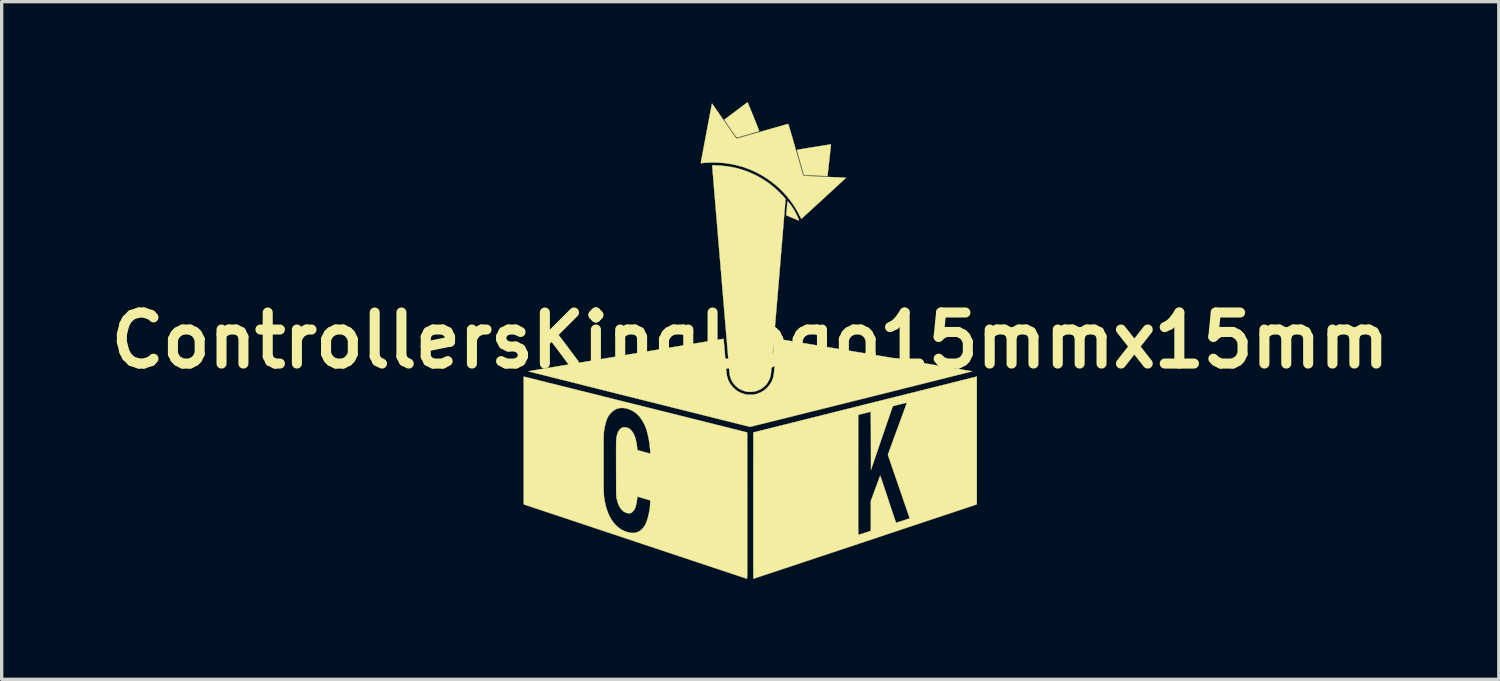
<source format=kicad_pcb>
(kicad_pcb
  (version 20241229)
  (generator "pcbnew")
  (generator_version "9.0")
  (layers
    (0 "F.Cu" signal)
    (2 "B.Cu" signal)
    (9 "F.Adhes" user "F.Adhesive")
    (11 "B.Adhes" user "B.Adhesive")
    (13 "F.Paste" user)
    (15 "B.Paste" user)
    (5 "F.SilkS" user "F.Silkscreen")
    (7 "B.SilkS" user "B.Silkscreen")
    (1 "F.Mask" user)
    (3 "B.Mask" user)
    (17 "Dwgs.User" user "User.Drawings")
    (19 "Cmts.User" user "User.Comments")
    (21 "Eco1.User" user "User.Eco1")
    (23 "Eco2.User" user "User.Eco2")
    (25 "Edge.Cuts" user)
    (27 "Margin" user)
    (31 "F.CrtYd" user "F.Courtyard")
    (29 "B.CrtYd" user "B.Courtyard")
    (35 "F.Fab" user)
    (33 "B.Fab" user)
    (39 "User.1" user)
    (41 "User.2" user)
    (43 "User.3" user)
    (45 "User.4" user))
  (footprint "ControllersKingLogo15mmx15mm"
    (layer "F.Cu")
    (at 19.348 7.114)
    (property "Reference" "ControllersKingLogo15mmx15mm" (at 0 0 0) (layer "F.SilkS") (effects (font (size 1.524 1.524) (thickness 0.3))))
    (attr through_hole)
    (fp_poly (pts (xy 1.115 -4.151) (xy 1.126 -4.142) (xy 1.141 -4.126) (xy 1.16 -4.105) (xy 1.18 -4.082) (xy 1.2 -4.057) (xy 1.208 -4.047) (xy 1.266 -3.963) (xy 1.322 -3.87) (xy 1.375 -3.771) (xy 1.422 -3.67) (xy 1.428 -3.654) (xy 1.441 -3.624) (xy 1.449 -3.603) (xy 1.453 -3.59) (xy 1.453 -3.584) (xy 1.451 -3.582) (xy 1.449 -3.582) (xy 1.443 -3.584) (xy 1.425 -3.591) (xy 1.4 -3.601) (xy 1.366 -3.615) (xy 1.327 -3.631) (xy 1.284 -3.649) (xy 1.26 -3.659) (xy 1.215 -3.678) (xy 1.174 -3.695) (xy 1.138 -3.71) (xy 1.109 -3.722) (xy 1.088 -3.731) (xy 1.077 -3.736) (xy 1.075 -3.737) (xy 1.076 -3.743) (xy 1.077 -3.76) (xy 1.079 -3.786) (xy 1.082 -3.819) (xy 1.085 -3.858) (xy 1.089 -3.9) (xy 1.092 -3.944) (xy 1.096 -3.988) (xy 1.1 -4.031) (xy 1.103 -4.069) (xy 1.106 -4.103) (xy 1.108 -4.129) (xy 1.11 -4.146) (xy 1.111 -4.153) (xy 1.115 -4.151)) (stroke (width 0.01) (type solid)) (fill yes) (layer "F.SilkS"))
    (fp_poly (pts (xy -0.078 -7.103) (xy -0.07 -7.087) (xy -0.059 -7.061) (xy -0.045 -7.026) (xy -0.027 -6.985) (xy -0.007 -6.937) (xy 0.014 -6.884) (xy 0.038 -6.828) (xy 0.062 -6.768) (xy 0.087 -6.707) (xy 0.112 -6.646) (xy 0.136 -6.585) (xy 0.16 -6.526) (xy 0.183 -6.469) (xy 0.203 -6.417) (xy 0.222 -6.37) (xy 0.238 -6.329) (xy 0.251 -6.296) (xy 0.26 -6.271) (xy 0.266 -6.256) (xy 0.267 -6.252) (xy 0.261 -6.249) (xy 0.244 -6.243) (xy 0.218 -6.235) (xy 0.183 -6.224) (xy 0.142 -6.212) (xy 0.095 -6.198) (xy 0.044 -6.183) (xy -0.009 -6.167) (xy -0.064 -6.151) (xy -0.12 -6.135) (xy -0.173 -6.12) (xy -0.225 -6.105) (xy -0.272 -6.092) (xy -0.314 -6.08) (xy -0.349 -6.071) (xy -0.376 -6.063) (xy -0.394 -6.059) (xy -0.4 -6.058) (xy -0.406 -6.063) (xy -0.418 -6.078) (xy -0.435 -6.1) (xy -0.457 -6.13) (xy -0.482 -6.165) (xy -0.509 -6.204) (xy -0.53 -6.234) (xy -0.563 -6.281) (xy -0.596 -6.33) (xy -0.628 -6.377) (xy -0.659 -6.421) (xy -0.685 -6.46) (xy -0.707 -6.491) (xy -0.712 -6.5) (xy -0.774 -6.59) (xy -0.431 -6.849) (xy -0.373 -6.893) (xy -0.318 -6.935) (xy -0.266 -6.973) (xy -0.219 -7.008) (xy -0.178 -7.039) (xy -0.143 -7.065) (xy -0.115 -7.086) (xy -0.094 -7.1) (xy -0.083 -7.108) (xy -0.081 -7.109) (xy -0.078 -7.103)) (stroke (width 0.01) (type solid)) (fill yes) (layer "F.SilkS"))
    (fp_poly (pts (xy 2.409 -5.847) (xy 2.407 -5.829) (xy 2.404 -5.801) (xy 2.4 -5.764) (xy 2.395 -5.72) (xy 2.39 -5.668) (xy 2.383 -5.611) (xy 2.377 -5.55) (xy 2.37 -5.486) (xy 2.362 -5.419) (xy 2.355 -5.353) (xy 2.348 -5.286) (xy 2.341 -5.222) (xy 2.334 -5.16) (xy 2.327 -5.102) (xy 2.322 -5.05) (xy 2.316 -5.004) (xy 2.312 -4.966) (xy 2.309 -4.937) (xy 2.307 -4.918) (xy 2.305 -4.91) (xy 2.305 -4.91) (xy 2.305 -4.91) (xy 2.304 -4.909) (xy 2.302 -4.909) (xy 2.296 -4.909) (xy 2.287 -4.909) (xy 2.273 -4.91) (xy 2.254 -4.911) (xy 2.228 -4.912) (xy 2.194 -4.913) (xy 2.152 -4.915) (xy 2.1 -4.918) (xy 2.038 -4.921) (xy 1.964 -4.924) (xy 1.949 -4.925) (xy 1.887 -4.928) (xy 1.829 -4.93) (xy 1.775 -4.933) (xy 1.727 -4.935) (xy 1.686 -4.937) (xy 1.654 -4.938) (xy 1.633 -4.939) (xy 1.622 -4.94) (xy 1.622 -4.94) (xy 1.602 -4.94) (xy 1.496 -5.312) (xy 1.477 -5.379) (xy 1.459 -5.441) (xy 1.443 -5.499) (xy 1.429 -5.552) (xy 1.417 -5.597) (xy 1.407 -5.634) (xy 1.4 -5.663) (xy 1.396 -5.682) (xy 1.395 -5.689) (xy 1.395 -5.689) (xy 1.402 -5.691) (xy 1.42 -5.694) (xy 1.448 -5.699) (xy 1.486 -5.706) (xy 1.531 -5.713) (xy 1.583 -5.722) (xy 1.641 -5.732) (xy 1.703 -5.742) (xy 1.769 -5.753) (xy 1.837 -5.764) (xy 1.906 -5.775) (xy 1.975 -5.786) (xy 2.042 -5.797) (xy 2.108 -5.807) (xy 2.17 -5.817) (xy 2.227 -5.826) (xy 2.278 -5.834) (xy 2.323 -5.841) (xy 2.359 -5.847) (xy 2.387 -5.851) (xy 2.404 -5.853) (xy 2.409 -5.854) (xy 2.409 -5.847)) (stroke (width 0.01) (type solid)) (fill yes) (layer "F.SilkS"))
    (fp_poly (pts (xy -1.039 -5.228) (xy -0.991 -5.226) (xy -0.932 -5.223) (xy -0.879 -5.219) (xy -0.696 -5.2) (xy -0.515 -5.169) (xy -0.336 -5.126) (xy -0.161 -5.071) (xy 0.011 -5.004) (xy 0.177 -4.926) (xy 0.338 -4.837) (xy 0.492 -4.738) (xy 0.597 -4.662) (xy 0.671 -4.603) (xy 0.747 -4.537) (xy 0.823 -4.468) (xy 0.895 -4.398) (xy 0.961 -4.33) (xy 1.001 -4.285) (xy 1.054 -4.224) (xy 0.839 -1.631) (xy 0.824 -1.45) (xy 0.809 -1.272) (xy 0.794 -1.097) (xy 0.78 -0.926) (xy 0.766 -0.76) (xy 0.752 -0.598) (xy 0.739 -0.441) (xy 0.726 -0.29) (xy 0.714 -0.145) (xy 0.702 -0.006) (xy 0.691 0.126) (xy 0.681 0.25) (xy 0.671 0.367) (xy 0.661 0.476) (xy 0.653 0.576) (xy 0.645 0.667) (xy 0.638 0.749) (xy 0.632 0.821) (xy 0.626 0.882) (xy 0.622 0.933) (xy 0.618 0.973) (xy 0.615 1.001) (xy 0.614 1.017) (xy 0.613 1.02) (xy 0.593 1.106) (xy 0.56 1.186) (xy 0.517 1.262) (xy 0.462 1.331) (xy 0.451 1.342) (xy 0.385 1.403) (xy 0.313 1.452) (xy 0.236 1.49) (xy 0.16 1.516) (xy 0.107 1.526) (xy 0.049 1.533) (xy -0.011 1.535) (xy -0.068 1.533) (xy -0.11 1.527) (xy -0.196 1.504) (xy -0.279 1.47) (xy -0.356 1.426) (xy -0.366 1.419) (xy -0.4 1.391) (xy -0.438 1.355) (xy -0.475 1.315) (xy -0.508 1.273) (xy -0.535 1.235) (xy -0.536 1.233) (xy -0.561 1.185) (xy -0.584 1.13) (xy -0.602 1.074) (xy -0.614 1.02) (xy -0.616 1.01) (xy -0.617 1.001) (xy -0.619 0.981) (xy -0.621 0.948) (xy -0.625 0.905) (xy -0.63 0.85) (xy -0.635 0.786) (xy -0.642 0.711) (xy -0.649 0.628) (xy -0.657 0.535) (xy -0.665 0.434) (xy -0.674 0.325) (xy -0.684 0.209) (xy -0.694 0.085) (xy -0.705 -0.045) (xy -0.717 -0.181) (xy -0.729 -0.323) (xy -0.741 -0.469) (xy -0.754 -0.621) (xy -0.767 -0.777) (xy -0.78 -0.936) (xy -0.794 -1.099) (xy -0.808 -1.264) (xy -0.822 -1.432) (xy -0.836 -1.601) (xy -0.85 -1.772) (xy -0.864 -1.944) (xy -0.879 -2.116) (xy -0.893 -2.289) (xy -0.908 -2.46) (xy -0.922 -2.631) (xy -0.936 -2.801) (xy -0.95 -2.968) (xy -0.964 -3.133) (xy -0.977 -3.296) (xy -0.991 -3.455) (xy -1.003 -3.61) (xy -1.016 -3.761) (xy -1.028 -3.907) (xy -1.04 -4.048) (xy -1.051 -4.183) (xy -1.062 -4.313) (xy -1.072 -4.435) (xy -1.082 -4.551) (xy -1.091 -4.659) (xy -1.099 -4.759) (xy -1.106 -4.851) (xy -1.113 -4.933) (xy -1.119 -5.007) (xy -1.124 -5.07) (xy -1.129 -5.123) (xy -1.132 -5.165) (xy -1.135 -5.196) (xy -1.136 -5.216) (xy -1.137 -5.223) (xy -1.133 -5.226) (xy -1.123 -5.228) (xy -1.104 -5.23) (xy -1.076 -5.23) (xy -1.039 -5.228)) (stroke (width 0.01) (type solid)) (fill yes) (layer "F.SilkS"))
    (fp_poly (pts (xy -1.139 -7.069) (xy -1.128 -7.054) (xy -1.111 -7.03) (xy -1.088 -6.998) (xy -1.06 -6.958) (xy -1.028 -6.911) (xy -0.991 -6.858) (xy -0.95 -6.799) (xy -0.906 -6.735) (xy -0.859 -6.667) (xy -0.81 -6.596) (xy -0.778 -6.55) (xy -0.728 -6.477) (xy -0.679 -6.407) (xy -0.633 -6.341) (xy -0.59 -6.279) (xy -0.551 -6.222) (xy -0.515 -6.171) (xy -0.484 -6.126) (xy -0.458 -6.089) (xy -0.437 -6.06) (xy -0.422 -6.039) (xy -0.413 -6.028) (xy -0.411 -6.026) (xy -0.404 -6.028) (xy -0.386 -6.033) (xy -0.357 -6.041) (xy -0.318 -6.052) (xy -0.27 -6.066) (xy -0.213 -6.082) (xy -0.149 -6.1) (xy -0.077 -6.12) (xy 0.000374 -6.143) (xy 0.084 -6.166) (xy 0.172 -6.192) (xy 0.264 -6.218) (xy 0.359 -6.245) (xy 0.455 -6.273) (xy 0.547 -6.299) (xy 0.636 -6.324) (xy 0.719 -6.348) (xy 0.797 -6.37) (xy 0.869 -6.391) (xy 0.933 -6.409) (xy 0.99 -6.425) (xy 1.038 -6.439) (xy 1.078 -6.45) (xy 1.107 -6.458) (xy 1.125 -6.463) (xy 1.132 -6.464) (xy 1.135 -6.458) (xy 1.141 -6.44) (xy 1.151 -6.41) (xy 1.164 -6.368) (xy 1.18 -6.315) (xy 1.199 -6.25) (xy 1.221 -6.174) (xy 1.247 -6.087) (xy 1.275 -5.989) (xy 1.306 -5.88) (xy 1.34 -5.76) (xy 1.359 -5.696) (xy 1.386 -5.6) (xy 1.413 -5.507) (xy 1.438 -5.418) (xy 1.462 -5.335) (xy 1.484 -5.257) (xy 1.505 -5.185) (xy 1.524 -5.12) (xy 1.54 -5.063) (xy 1.554 -5.014) (xy 1.566 -4.975) (xy 1.574 -4.946) (xy 1.58 -4.927) (xy 1.582 -4.92) (xy 1.582 -4.92) (xy 1.589 -4.919) (xy 1.608 -4.917) (xy 1.64 -4.915) (xy 1.684 -4.912) (xy 1.739 -4.909) (xy 1.805 -4.905) (xy 1.883 -4.902) (xy 1.972 -4.897) (xy 2.071 -4.893) (xy 2.181 -4.888) (xy 2.219 -4.886) (xy 2.307 -4.883) (xy 2.392 -4.879) (xy 2.473 -4.875) (xy 2.548 -4.872) (xy 2.617 -4.869) (xy 2.679 -4.866) (xy 2.733 -4.863) (xy 2.778 -4.861) (xy 2.814 -4.859) (xy 2.839 -4.857) (xy 2.853 -4.856) (xy 2.855 -4.856) (xy 2.851 -4.851) (xy 2.838 -4.839) (xy 2.817 -4.819) (xy 2.788 -4.792) (xy 2.753 -4.759) (xy 2.712 -4.721) (xy 2.664 -4.677) (xy 2.613 -4.629) (xy 2.556 -4.577) (xy 2.497 -4.522) (xy 2.434 -4.464) (xy 2.369 -4.404) (xy 2.302 -4.343) (xy 2.234 -4.28) (xy 2.166 -4.217) (xy 2.098 -4.155) (xy 2.03 -4.093) (xy 1.965 -4.033) (xy 1.901 -3.975) (xy 1.841 -3.919) (xy 1.783 -3.867) (xy 1.73 -3.818) (xy 1.681 -3.774) (xy 1.638 -3.734) (xy 1.601 -3.7) (xy 1.57 -3.673) (xy 1.547 -3.652) (xy 1.531 -3.638) (xy 1.524 -3.632) (xy 1.524 -3.632) (xy 1.52 -3.638) (xy 1.512 -3.653) (xy 1.5 -3.675) (xy 1.486 -3.704) (xy 1.473 -3.729) (xy 1.384 -3.894) (xy 1.285 -4.052) (xy 1.176 -4.203) (xy 1.058 -4.347) (xy 0.93 -4.482) (xy 0.794 -4.609) (xy 0.65 -4.726) (xy 0.499 -4.834) (xy 0.34 -4.933) (xy 0.175 -5.021) (xy 0.004 -5.098) (xy -0.173 -5.165) (xy -0.203 -5.175) (xy -0.382 -5.226) (xy -0.564 -5.266) (xy -0.749 -5.294) (xy -0.939 -5.31) (xy -1.133 -5.314) (xy -1.187 -5.313) (xy -1.235 -5.311) (xy -1.283 -5.309) (xy -1.328 -5.307) (xy -1.368 -5.304) (xy -1.399 -5.301) (xy -1.407 -5.3) (xy -1.435 -5.296) (xy -1.457 -5.293) (xy -1.472 -5.292) (xy -1.477 -5.292) (xy -1.476 -5.298) (xy -1.473 -5.316) (xy -1.468 -5.345) (xy -1.461 -5.384) (xy -1.452 -5.431) (xy -1.442 -5.487) (xy -1.43 -5.55) (xy -1.417 -5.62) (xy -1.403 -5.696) (xy -1.388 -5.776) (xy -1.373 -5.86) (xy -1.356 -5.947) (xy -1.34 -6.037) (xy -1.323 -6.127) (xy -1.305 -6.219) (xy -1.288 -6.31) (xy -1.271 -6.399) (xy -1.255 -6.487) (xy -1.239 -6.572) (xy -1.224 -6.653) (xy -1.209 -6.73) (xy -1.196 -6.801) (xy -1.183 -6.865) (xy -1.172 -6.923) (xy -1.163 -6.972) (xy -1.155 -7.013) (xy -1.149 -7.044) (xy -1.145 -7.065) (xy -1.143 -7.074) (xy -1.143 -7.074) (xy -1.139 -7.069)) (stroke (width 0.01) (type solid)) (fill yes) (layer "F.SilkS"))
    (fp_poly (pts (xy 0.804 -0.049) (xy 0.822 -0.047) (xy 0.852 -0.042) (xy 0.893 -0.035) (xy 0.945 -0.027) (xy 1.007 -0.017) (xy 1.079 -0.005) (xy 1.159 0.008) (xy 1.249 0.023) (xy 1.346 0.039) (xy 1.452 0.057) (xy 1.565 0.075) (xy 1.684 0.095) (xy 1.81 0.116) (xy 1.942 0.138) (xy 2.079 0.161) (xy 2.222 0.184) (xy 2.368 0.209) (xy 2.519 0.234) (xy 2.673 0.259) (xy 2.83 0.286) (xy 2.99 0.312) (xy 3.152 0.339) (xy 3.315 0.366) (xy 3.48 0.394) (xy 3.645 0.421) (xy 3.81 0.449) (xy 3.976 0.476) (xy 4.14 0.504) (xy 4.303 0.531) (xy 4.465 0.558) (xy 4.624 0.585) (xy 4.78 0.611) (xy 4.934 0.636) (xy 5.084 0.661) (xy 5.229 0.686) (xy 5.371 0.709) (xy 5.507 0.732) (xy 5.637 0.754) (xy 5.762 0.775) (xy 5.88 0.795) (xy 5.992 0.813) (xy 6.095 0.831) (xy 6.191 0.847) (xy 6.279 0.862) (xy 6.358 0.875) (xy 6.427 0.887) (xy 6.487 0.897) (xy 6.537 0.906) (xy 6.576 0.912) (xy 6.603 0.917) (xy 6.619 0.92) (xy 6.623 0.921) (xy 6.617 0.922) (xy 6.599 0.927) (xy 6.57 0.935) (xy 6.529 0.945) (xy 6.478 0.958) (xy 6.417 0.973) (xy 6.346 0.991) (xy 6.266 1.012) (xy 6.177 1.034) (xy 6.079 1.058) (xy 5.974 1.085) (xy 5.861 1.113) (xy 5.741 1.143) (xy 5.614 1.175) (xy 5.481 1.209) (xy 5.342 1.243) (xy 5.198 1.28) (xy 5.048 1.317) (xy 4.895 1.356) (xy 4.737 1.395) (xy 4.575 1.435) (xy 4.411 1.477) (xy 4.243 1.519) (xy 4.074 1.561) (xy 3.902 1.604) (xy 3.729 1.647) (xy 3.554 1.691) (xy 3.38 1.735) (xy 3.205 1.778) (xy 3.03 1.822) (xy 2.856 1.865) (xy 2.683 1.909) (xy 2.511 1.951) (xy 2.342 1.994) (xy 2.175 2.035) (xy 2.011 2.076) (xy 1.85 2.116) (xy 1.693 2.156) (xy 1.54 2.194) (xy 1.392 2.231) (xy 1.249 2.267) (xy 1.111 2.301) (xy 0.979 2.334) (xy 0.853 2.365) (xy 0.734 2.395) (xy 0.623 2.422) (xy 0.519 2.448) (xy 0.423 2.472) (xy 0.335 2.494) (xy 0.257 2.513) (xy 0.188 2.53) (xy 0.128 2.545) (xy 0.079 2.557) (xy 0.041 2.566) (xy 0.013 2.573) (xy -0.002 2.577) (xy -0.006 2.578) (xy -0.013 2.576) (xy -0.032 2.572) (xy -0.062 2.564) (xy -0.103 2.554) (xy -0.156 2.541) (xy -0.219 2.525) (xy -0.292 2.507) (xy -0.375 2.486) (xy -0.467 2.463) (xy -0.569 2.438) (xy -0.679 2.41) (xy -0.797 2.381) (xy -0.924 2.349) (xy -1.058 2.316) (xy -1.2 2.28) (xy -1.349 2.243) (xy -1.504 2.204) (xy -1.665 2.164) (xy -1.833 2.122) (xy -2.005 2.079) (xy -2.183 2.035) (xy -2.366 1.989) (xy -2.553 1.942) (xy -2.745 1.894) (xy -2.94 1.845) (xy -3.138 1.796) (xy -3.319 1.75) (xy -3.521 1.7) (xy -3.719 1.651) (xy -3.913 1.602) (xy -4.104 1.554) (xy -4.291 1.507) (xy -4.473 1.462) (xy -4.65 1.417) (xy -4.822 1.374) (xy -4.989 1.332) (xy -5.149 1.292) (xy -5.303 1.253) (xy -5.451 1.216) (xy -5.591 1.181) (xy -5.724 1.148) (xy -5.85 1.116) (xy -5.967 1.087) (xy -6.076 1.059) (xy -6.176 1.034) (xy -6.267 1.011) (xy -6.349 0.991) (xy -6.42 0.973) (xy -6.482 0.957) (xy -6.533 0.944) (xy -6.572 0.934) (xy -6.601 0.927) (xy -6.618 0.922) (xy -6.623 0.921) (xy -6.617 0.92) (xy -6.599 0.916) (xy -6.569 0.911) (xy -6.528 0.904) (xy -6.476 0.895) (xy -6.415 0.885) (xy -6.343 0.873) (xy -6.262 0.859) (xy -6.173 0.844) (xy -6.076 0.828) (xy -5.97 0.81) (xy -5.857 0.791) (xy -5.738 0.771) (xy -5.612 0.75) (xy -5.48 0.728) (xy -5.343 0.705) (xy -5.201 0.681) (xy -5.054 0.657) (xy -4.904 0.632) (xy -4.75 0.606) (xy -4.593 0.58) (xy -4.433 0.553) (xy -4.271 0.526) (xy -4.108 0.499) (xy -3.943 0.472) (xy -3.778 0.444) (xy -3.612 0.416) (xy -3.447 0.389) (xy -3.283 0.362) (xy -3.12 0.334) (xy -2.958 0.308) (xy -2.799 0.281) (xy -2.642 0.255) (xy -2.489 0.229) (xy -2.339 0.205) (xy -2.193 0.18) (xy -2.052 0.157) (xy -1.916 0.134) (xy -1.785 0.113) (xy -1.66 0.092) (xy -1.542 0.072) (xy -1.43 0.054) (xy -1.326 0.037) (xy -1.23 0.021) (xy -1.142 0.006) (xy -1.063 -0.007) (xy -0.994 -0.018) (xy -0.934 -0.028) (xy -0.884 -0.036) (xy -0.845 -0.042) (xy -0.817 -0.047) (xy -0.801 -0.049) (xy -0.797 -0.05) (xy -0.796 -0.043) (xy -0.795 -0.025) (xy -0.792 0.004) (xy -0.788 0.043) (xy -0.784 0.09) (xy -0.78 0.146) (xy -0.774 0.208) (xy -0.768 0.277) (xy -0.762 0.35) (xy -0.756 0.428) (xy -0.753 0.46) (xy -0.746 0.541) (xy -0.74 0.619) (xy -0.733 0.694) (xy -0.727 0.764) (xy -0.722 0.828) (xy -0.716 0.885) (xy -0.712 0.934) (xy -0.708 0.974) (xy -0.705 1.004) (xy -0.702 1.022) (xy -0.702 1.026) (xy -0.681 1.117) (xy -0.649 1.203) (xy -0.605 1.284) (xy -0.549 1.36) (xy -0.511 1.403) (xy -0.44 1.468) (xy -0.363 1.522) (xy -0.28 1.564) (xy -0.212 1.589) (xy -0.162 1.604) (xy -0.116 1.613) (xy -0.07 1.619) (xy -0.019 1.621) (xy 0 1.621) (xy 0.055 1.62) (xy 0.102 1.616) (xy 0.147 1.607) (xy 0.195 1.595) (xy 0.212 1.589) (xy 0.3 1.555) (xy 0.381 1.51) (xy 0.457 1.454) (xy 0.511 1.403) (xy 0.573 1.33) (xy 0.624 1.251) (xy 0.663 1.168) (xy 0.691 1.08) (xy 0.702 1.026) (xy 0.704 1.01) (xy 0.707 0.983) (xy 0.711 0.946) (xy 0.715 0.899) (xy 0.72 0.844) (xy 0.726 0.782) (xy 0.732 0.714) (xy 0.738 0.64) (xy 0.745 0.563) (xy 0.751 0.483) (xy 0.753 0.46) (xy 0.76 0.381) (xy 0.766 0.306) (xy 0.772 0.235) (xy 0.778 0.17) (xy 0.783 0.112) (xy 0.787 0.061) (xy 0.791 0.018) (xy 0.794 -0.015) (xy 0.796 -0.038) (xy 0.797 -0.049) (xy 0.798 -0.05) (xy 0.804 -0.049)) (stroke (width 0.01) (type solid)) (fill yes) (layer "F.SilkS"))
    (fp_poly (pts (xy 6.763 4.893) (xy 3.434 6.002) (xy 3.234 6.069) (xy 3.037 6.135) (xy 2.844 6.199) (xy 2.654 6.262) (xy 2.468 6.324) (xy 2.287 6.384) (xy 2.11 6.443) (xy 1.939 6.5) (xy 1.773 6.556) (xy 1.612 6.609) (xy 1.458 6.66) (xy 1.31 6.71) (xy 1.169 6.757) (xy 1.035 6.801) (xy 0.908 6.843) (xy 0.789 6.883) (xy 0.679 6.919) (xy 0.577 6.953) (xy 0.484 6.984) (xy 0.4 7.012) (xy 0.325 7.037) (xy 0.26 7.058) (xy 0.206 7.076) (xy 0.162 7.091) (xy 0.129 7.102) (xy 0.108 7.109) (xy 0.098 7.112) (xy 0.097 7.112) (xy 0.096 7.11) (xy 0.095 7.103) (xy 0.095 7.091) (xy 0.094 7.074) (xy 0.094 7.051) (xy 0.093 7.023) (xy 0.093 6.988) (xy 0.092 6.946) (xy 0.092 6.897) (xy 0.091 6.841) (xy 0.091 6.778) (xy 0.091 6.706) (xy 0.091 6.626) (xy 0.09 6.537) (xy 0.09 6.439) (xy 0.09 6.332) (xy 0.09 6.215) (xy 0.09 6.089) (xy 0.09 5.951) (xy 0.09 5.803) (xy 0.09 5.644) (xy 0.09 5.474) (xy 0.09 5.291) (xy 0.09 5.097) (xy 0.09 4.929) (xy 0.091 4.706) (xy 3.221 4.706) (xy 3.221 4.85) (xy 3.221 4.982) (xy 3.221 5.104) (xy 3.221 5.214) (xy 3.221 5.315) (xy 3.221 5.405) (xy 3.222 5.485) (xy 3.222 5.555) (xy 3.222 5.616) (xy 3.223 5.668) (xy 3.223 5.711) (xy 3.224 5.746) (xy 3.224 5.772) (xy 3.225 5.79) (xy 3.226 5.801) (xy 3.227 5.804) (xy 3.234 5.802) (xy 3.252 5.797) (xy 3.279 5.788) (xy 3.314 5.778) (xy 3.354 5.765) (xy 3.399 5.751) (xy 3.412 5.746) (xy 3.457 5.732) (xy 3.499 5.718) (xy 3.535 5.706) (xy 3.564 5.697) (xy 3.584 5.69) (xy 3.595 5.686) (xy 3.595 5.686) (xy 3.596 5.679) (xy 3.597 5.661) (xy 3.598 5.631) (xy 3.598 5.593) (xy 3.599 5.546) (xy 3.6 5.491) (xy 3.6 5.429) (xy 3.6 5.362) (xy 3.6 5.291) (xy 3.6 5.235) (xy 3.6 4.788) (xy 3.737 4.415) (xy 3.762 4.349) (xy 3.785 4.287) (xy 3.806 4.229) (xy 3.825 4.178) (xy 3.842 4.132) (xy 3.856 4.094) (xy 3.867 4.065) (xy 3.875 4.046) (xy 3.879 4.038) (xy 3.879 4.037) (xy 3.881 4.042) (xy 3.888 4.059) (xy 3.897 4.086) (xy 3.91 4.123) (xy 3.926 4.17) (xy 3.944 4.224) (xy 3.965 4.286) (xy 3.988 4.355) (xy 4.014 4.431) (xy 4.04 4.511) (xy 4.069 4.596) (xy 4.098 4.686) (xy 4.115 4.737) (xy 4.145 4.828) (xy 4.174 4.916) (xy 4.202 5) (xy 4.228 5.078) (xy 4.252 5.151) (xy 4.275 5.218) (xy 4.295 5.277) (xy 4.312 5.329) (xy 4.327 5.371) (xy 4.339 5.405) (xy 4.347 5.428) (xy 4.352 5.44) (xy 4.353 5.442) (xy 4.36 5.44) (xy 4.378 5.435) (xy 4.405 5.427) (xy 4.44 5.416) (xy 4.481 5.403) (xy 4.527 5.388) (xy 4.561 5.377) (xy 4.617 5.359) (xy 4.662 5.344) (xy 4.697 5.332) (xy 4.723 5.323) (xy 4.741 5.316) (xy 4.753 5.31) (xy 4.758 5.306) (xy 4.759 5.303) (xy 4.755 5.293) (xy 4.748 5.272) (xy 4.737 5.24) (xy 4.723 5.2) (xy 4.706 5.15) (xy 4.686 5.093) (xy 4.664 5.029) (xy 4.64 4.959) (xy 4.613 4.883) (xy 4.585 4.802) (xy 4.556 4.718) (xy 4.526 4.63) (xy 4.495 4.54) (xy 4.464 4.449) (xy 4.432 4.357) (xy 4.4 4.264) (xy 4.369 4.173) (xy 4.338 4.083) (xy 4.308 3.996) (xy 4.279 3.911) (xy 4.251 3.831) (xy 4.225 3.755) (xy 4.201 3.685) (xy 4.179 3.621) (xy 4.16 3.564) (xy 4.143 3.515) (xy 4.129 3.475) (xy 4.119 3.444) (xy 4.112 3.424) (xy 4.109 3.414) (xy 4.108 3.413) (xy 4.111 3.406) (xy 4.117 3.388) (xy 4.127 3.36) (xy 4.141 3.322) (xy 4.158 3.274) (xy 4.178 3.219) (xy 4.201 3.156) (xy 4.227 3.085) (xy 4.255 3.009) (xy 4.284 2.927) (xy 4.316 2.84) (xy 4.349 2.75) (xy 4.384 2.656) (xy 4.388 2.645) (xy 4.423 2.55) (xy 4.456 2.459) (xy 4.488 2.371) (xy 4.519 2.289) (xy 4.547 2.211) (xy 4.573 2.14) (xy 4.597 2.075) (xy 4.618 2.018) (xy 4.635 1.969) (xy 4.65 1.929) (xy 4.661 1.899) (xy 4.668 1.879) (xy 4.671 1.87) (xy 4.671 1.87) (xy 4.672 1.866) (xy 4.67 1.863) (xy 4.666 1.862) (xy 4.657 1.863) (xy 4.642 1.865) (xy 4.621 1.87) (xy 4.592 1.877) (xy 4.553 1.886) (xy 4.504 1.898) (xy 4.469 1.907) (xy 4.42 1.919) (xy 4.375 1.931) (xy 4.335 1.941) (xy 4.301 1.95) (xy 4.276 1.957) (xy 4.261 1.961) (xy 4.257 1.963) (xy 4.255 1.969) (xy 4.248 1.987) (xy 4.238 2.016) (xy 4.224 2.054) (xy 4.207 2.102) (xy 4.187 2.159) (xy 4.165 2.224) (xy 4.139 2.297) (xy 4.112 2.376) (xy 4.082 2.462) (xy 4.051 2.553) (xy 4.018 2.649) (xy 3.984 2.749) (xy 3.948 2.853) (xy 3.927 2.914) (xy 3.604 3.86) (xy 3.602 2.994) (xy 3.602 2.89) (xy 3.602 2.79) (xy 3.601 2.694) (xy 3.601 2.603) (xy 3.6 2.517) (xy 3.6 2.439) (xy 3.599 2.367) (xy 3.599 2.303) (xy 3.598 2.248) (xy 3.598 2.203) (xy 3.597 2.167) (xy 3.597 2.143) (xy 3.596 2.129) (xy 3.596 2.127) (xy 3.589 2.129) (xy 3.571 2.133) (xy 3.544 2.14) (xy 3.509 2.148) (xy 3.468 2.159) (xy 3.423 2.17) (xy 3.407 2.174) (xy 3.223 2.22) (xy 3.221 4.012) (xy 3.221 4.204) (xy 3.221 4.383) (xy 3.221 4.551) (xy 3.221 4.706) (xy 0.091 4.706) (xy 0.092 2.746) (xy 3.41 1.916) (xy 3.612 1.866) (xy 3.81 1.816) (xy 4.006 1.767) (xy 4.197 1.719) (xy 4.385 1.673) (xy 4.568 1.627) (xy 4.746 1.582) (xy 4.919 1.539) (xy 5.086 1.497) (xy 5.248 1.457) (xy 5.403 1.418) (xy 5.552 1.381) (xy 5.694 1.345) (xy 5.828 1.312) (xy 5.955 1.28) (xy 6.073 1.25) (xy 6.184 1.223) (xy 6.285 1.197) (xy 6.377 1.174) (xy 6.46 1.154) (xy 6.533 1.135) (xy 6.596 1.12) (xy 6.649 1.107) (xy 6.69 1.096) (xy 6.72 1.089) (xy 6.739 1.084) (xy 6.745 1.082) (xy 6.763 1.078) (xy 6.763 4.893)) (stroke (width 0.01) (type solid)) (fill yes) (layer "F.SilkS"))
    (fp_poly (pts (xy -6.745 1.082) (xy -6.738 1.084) (xy -6.719 1.089) (xy -6.688 1.097) (xy -6.646 1.107) (xy -6.593 1.12) (xy -6.53 1.136) (xy -6.456 1.155) (xy -6.373 1.175) (xy -6.28 1.199) (xy -6.178 1.224) (xy -6.068 1.252) (xy -5.948 1.282) (xy -5.821 1.313) (xy -5.687 1.347) (xy -5.545 1.383) (xy -5.395 1.42) (xy -5.24 1.459) (xy -5.078 1.499) (xy -4.91 1.541) (xy -4.737 1.584) (xy -4.559 1.629) (xy -4.375 1.675) (xy -4.188 1.722) (xy -3.996 1.77) (xy -3.8 1.819) (xy -3.602 1.868) (xy -3.41 1.916) (xy -0.092 2.746) (xy -0.09 4.929) (xy -0.09 5.127) (xy -0.09 5.313) (xy -0.09 5.486) (xy -0.09 5.649) (xy -0.09 5.8) (xy -0.09 5.94) (xy -0.09 6.07) (xy -0.09 6.19) (xy -0.09 6.3) (xy -0.09 6.402) (xy -0.09 6.494) (xy -0.09 6.578) (xy -0.09 6.655) (xy -0.09 6.723) (xy -0.091 6.785) (xy -0.091 6.839) (xy -0.091 6.888) (xy -0.092 6.93) (xy -0.092 6.966) (xy -0.092 6.998) (xy -0.093 7.024) (xy -0.093 7.047) (xy -0.094 7.065) (xy -0.095 7.079) (xy -0.095 7.09) (xy -0.096 7.099) (xy -0.097 7.105) (xy -0.098 7.108) (xy -0.099 7.111) (xy -0.099 7.111) (xy -0.1 7.111) (xy -0.107 7.109) (xy -0.125 7.104) (xy -0.155 7.094) (xy -0.195 7.08) (xy -0.247 7.063) (xy -0.308 7.043) (xy -0.38 7.019) (xy -0.461 6.992) (xy -0.552 6.962) (xy -0.652 6.929) (xy -0.76 6.893) (xy -0.876 6.855) (xy -1 6.813) (xy -1.132 6.77) (xy -1.271 6.723) (xy -1.417 6.675) (xy -1.57 6.624) (xy -1.729 6.571) (xy -1.893 6.516) (xy -2.063 6.46) (xy -2.238 6.401) (xy -2.418 6.341) (xy -2.603 6.28) (xy -2.791 6.217) (xy -2.984 6.153) (xy -3.18 6.088) (xy -3.378 6.021) (xy -3.437 6.002) (xy -6.763 4.893) (xy -6.763 3.667) (xy -4.378 3.667) (xy -4.378 3.795) (xy -4.378 3.91) (xy -4.378 4.014) (xy -4.378 4.108) (xy -4.378 4.191) (xy -4.378 4.266) (xy -4.377 4.332) (xy -4.377 4.391) (xy -4.376 4.443) (xy -4.375 4.488) (xy -4.374 4.528) (xy -4.373 4.563) (xy -4.371 4.595) (xy -4.369 4.622) (xy -4.367 4.648) (xy -4.365 4.671) (xy -4.362 4.693) (xy -4.359 4.715) (xy -4.355 4.737) (xy -4.351 4.759) (xy -4.347 4.784) (xy -4.346 4.788) (xy -4.319 4.92) (xy -4.283 5.044) (xy -4.241 5.159) (xy -4.192 5.265) (xy -4.135 5.362) (xy -4.072 5.448) (xy -4.003 5.525) (xy -3.928 5.59) (xy -3.904 5.607) (xy -3.835 5.651) (xy -3.762 5.687) (xy -3.688 5.715) (xy -3.614 5.734) (xy -3.542 5.745) (xy -3.473 5.746) (xy -3.411 5.737) (xy -3.411 5.737) (xy -3.35 5.716) (xy -3.293 5.684) (xy -3.239 5.64) (xy -3.191 5.586) (xy -3.147 5.523) (xy -3.126 5.483) (xy -3.105 5.436) (xy -3.084 5.378) (xy -3.063 5.312) (xy -3.044 5.24) (xy -3.027 5.165) (xy -3.012 5.088) (xy -3.01 5.08) (xy -3.005 5.042) (xy -2.999 4.999) (xy -2.994 4.954) (xy -2.99 4.91) (xy -2.987 4.869) (xy -2.985 4.834) (xy -2.985 4.808) (xy -2.986 4.801) (xy -2.988 4.773) (xy -3.175 4.717) (xy -3.221 4.703) (xy -3.264 4.691) (xy -3.301 4.68) (xy -3.331 4.671) (xy -3.353 4.664) (xy -3.364 4.661) (xy -3.366 4.661) (xy -3.369 4.667) (xy -3.372 4.682) (xy -3.374 4.704) (xy -3.375 4.707) (xy -3.382 4.769) (xy -3.392 4.832) (xy -3.405 4.893) (xy -3.419 4.948) (xy -3.435 4.996) (xy -3.447 5.026) (xy -3.466 5.058) (xy -3.49 5.09) (xy -3.516 5.118) (xy -3.542 5.139) (xy -3.551 5.144) (xy -3.592 5.158) (xy -3.637 5.16) (xy -3.686 5.151) (xy -3.738 5.13) (xy -3.792 5.096) (xy -3.84 5.051) (xy -3.883 4.995) (xy -3.921 4.928) (xy -3.952 4.851) (xy -3.978 4.763) (xy -3.989 4.709) (xy -3.991 4.698) (xy -3.993 4.688) (xy -3.995 4.677) (xy -3.996 4.665) (xy -3.997 4.651) (xy -3.998 4.634) (xy -3.999 4.614) (xy -4 4.59) (xy -4.001 4.561) (xy -4.002 4.527) (xy -4.002 4.486) (xy -4.003 4.439) (xy -4.003 4.384) (xy -4.003 4.32) (xy -4.004 4.248) (xy -4.004 4.166) (xy -4.004 4.073) (xy -4.005 3.97) (xy -4.005 3.854) (xy -4.005 3.824) (xy -4.005 3.699) (xy -4.006 3.586) (xy -4.006 3.485) (xy -4.006 3.395) (xy -4.006 3.314) (xy -4.006 3.242) (xy -4.005 3.179) (xy -4.005 3.124) (xy -4.004 3.075) (xy -4.003 3.034) (xy -4.002 2.997) (xy -4 2.966) (xy -3.998 2.939) (xy -3.996 2.916) (xy -3.993 2.895) (xy -3.99 2.876) (xy -3.987 2.859) (xy -3.983 2.843) (xy -3.978 2.827) (xy -3.974 2.81) (xy -3.972 2.803) (xy -3.956 2.755) (xy -3.938 2.716) (xy -3.916 2.682) (xy -3.895 2.656) (xy -3.859 2.623) (xy -3.817 2.601) (xy -3.771 2.591) (xy -3.723 2.591) (xy -3.673 2.603) (xy -3.623 2.626) (xy -3.604 2.638) (xy -3.567 2.668) (xy -3.532 2.709) (xy -3.499 2.758) (xy -3.468 2.814) (xy -3.443 2.873) (xy -3.436 2.896) (xy -3.426 2.928) (xy -3.416 2.971) (xy -3.406 3.019) (xy -3.396 3.07) (xy -3.388 3.12) (xy -3.381 3.166) (xy -3.378 3.194) (xy -3.375 3.223) (xy -3.372 3.248) (xy -3.369 3.265) (xy -3.367 3.271) (xy -3.36 3.274) (xy -3.342 3.279) (xy -3.315 3.287) (xy -3.281 3.297) (xy -3.24 3.308) (xy -3.196 3.321) (xy -3.185 3.324) (xy -3.139 3.336) (xy -3.096 3.348) (xy -3.059 3.358) (xy -3.029 3.366) (xy -3.007 3.372) (xy -2.996 3.376) (xy -2.995 3.376) (xy -2.99 3.377) (xy -2.986 3.375) (xy -2.985 3.367) (xy -2.984 3.353) (xy -2.985 3.33) (xy -2.987 3.301) (xy -3.003 3.123) (xy -3.03 2.944) (xy -3.065 2.788) (xy -3.082 2.72) (xy -3.099 2.662) (xy -3.117 2.609) (xy -3.137 2.56) (xy -3.159 2.511) (xy -3.211 2.412) (xy -3.268 2.325) (xy -3.33 2.248) (xy -3.397 2.183) (xy -3.47 2.128) (xy -3.549 2.084) (xy -3.634 2.049) (xy -3.635 2.048) (xy -3.719 2.025) (xy -3.799 2.014) (xy -3.874 2.015) (xy -3.945 2.027) (xy -4.012 2.052) (xy -4.074 2.088) (xy -4.13 2.134) (xy -4.18 2.186) (xy -4.223 2.243) (xy -4.258 2.301) (xy -4.267 2.32) (xy -4.287 2.37) (xy -4.307 2.43) (xy -4.325 2.499) (xy -4.343 2.574) (xy -4.358 2.654) (xy -4.367 2.709) (xy -4.368 2.72) (xy -4.37 2.732) (xy -4.371 2.745) (xy -4.372 2.761) (xy -4.373 2.778) (xy -4.374 2.8) (xy -4.375 2.825) (xy -4.376 2.855) (xy -4.376 2.89) (xy -4.377 2.932) (xy -4.377 2.98) (xy -4.378 3.036) (xy -4.378 3.099) (xy -4.378 3.172) (xy -4.378 3.254) (xy -4.378 3.346) (xy -4.378 3.448) (xy -4.378 3.563) (xy -4.378 3.667) (xy -6.763 3.667) (xy -6.763 1.078) (xy -6.745 1.082)) (stroke (width 0.01) (type solid)) (fill yes) (layer "F.SilkS")))
  (gr_rect
    (start -3 -3)
    (end 41.695 17.231)
    (stroke (width 0.1) (type default))
    (fill no)
    (layer "Edge.Cuts")))
</source>
